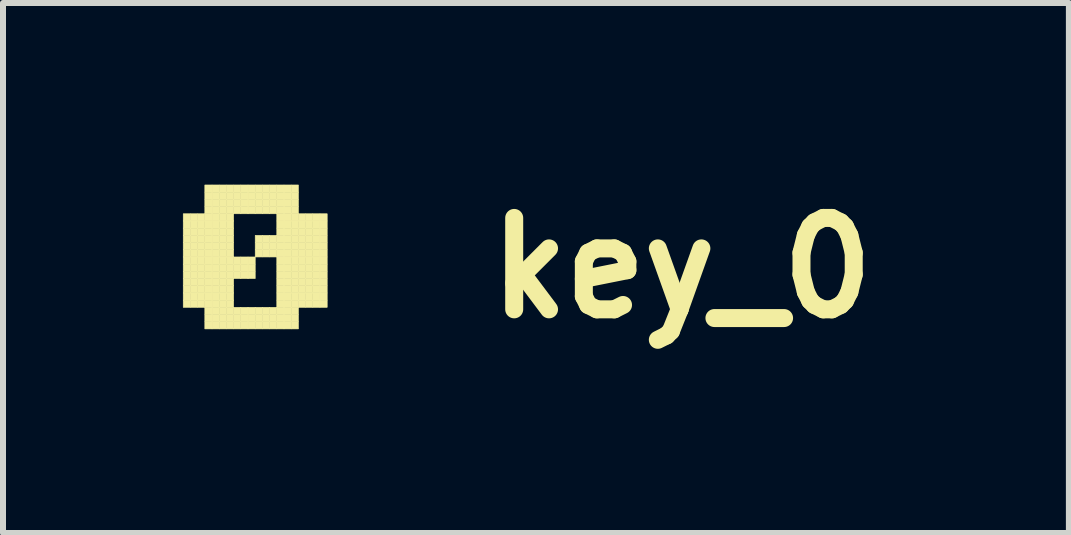
<source format=kicad_pcb>
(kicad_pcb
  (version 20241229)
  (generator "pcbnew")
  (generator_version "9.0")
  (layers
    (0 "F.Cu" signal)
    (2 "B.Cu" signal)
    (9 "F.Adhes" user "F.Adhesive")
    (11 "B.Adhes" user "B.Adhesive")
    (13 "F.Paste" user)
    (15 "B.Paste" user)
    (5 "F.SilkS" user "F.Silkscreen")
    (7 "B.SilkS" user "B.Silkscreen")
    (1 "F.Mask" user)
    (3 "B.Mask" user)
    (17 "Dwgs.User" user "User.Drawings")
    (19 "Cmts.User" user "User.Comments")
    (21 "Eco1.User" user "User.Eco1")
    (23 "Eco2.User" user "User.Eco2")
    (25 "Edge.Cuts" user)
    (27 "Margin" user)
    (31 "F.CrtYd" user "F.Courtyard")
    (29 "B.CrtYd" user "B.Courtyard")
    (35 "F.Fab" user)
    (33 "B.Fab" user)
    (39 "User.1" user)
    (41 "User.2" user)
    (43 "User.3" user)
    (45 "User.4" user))
  (footprint "key_0"
    (layer "F.Cu")
    (at 1.205 1.418)
    (property "Reference" "key_0" (at 7.112 0 0) (layer "F.SilkS") (effects (font (size 1.524 1.524) (thickness 0.3))))
    (attr through_hole)
    (fp_poly (pts (xy -1.2 -0.904) (xy -1.08 -0.904) (xy -1.08 -0.784) (xy -1.2 -0.784) (xy -1.2 -0.904)) (stroke (width 0.01) (type solid)) (fill yes) (layer "F.SilkS"))
    (fp_poly (pts (xy -1.2 -0.784) (xy -1.08 -0.784) (xy -1.08 -0.664) (xy -1.2 -0.664) (xy -1.2 -0.784)) (stroke (width 0.01) (type solid)) (fill yes) (layer "F.SilkS"))
    (fp_poly (pts (xy -1.2 -0.664) (xy -1.08 -0.664) (xy -1.08 -0.544) (xy -1.2 -0.544) (xy -1.2 -0.664)) (stroke (width 0.01) (type solid)) (fill yes) (layer "F.SilkS"))
    (fp_poly (pts (xy -1.2 -0.544) (xy -1.08 -0.544) (xy -1.08 -0.424) (xy -1.2 -0.424) (xy -1.2 -0.544)) (stroke (width 0.01) (type solid)) (fill yes) (layer "F.SilkS"))
    (fp_poly (pts (xy -1.2 -0.424) (xy -1.08 -0.424) (xy -1.08 -0.304) (xy -1.2 -0.304) (xy -1.2 -0.424)) (stroke (width 0.01) (type solid)) (fill yes) (layer "F.SilkS"))
    (fp_poly (pts (xy -1.2 -0.304) (xy -1.08 -0.304) (xy -1.08 -0.184) (xy -1.2 -0.184) (xy -1.2 -0.304)) (stroke (width 0.01) (type solid)) (fill yes) (layer "F.SilkS"))
    (fp_poly (pts (xy -1.2 -0.184) (xy -1.08 -0.184) (xy -1.08 -0.064) (xy -1.2 -0.064) (xy -1.2 -0.184)) (stroke (width 0.01) (type solid)) (fill yes) (layer "F.SilkS"))
    (fp_poly (pts (xy -1.2 -0.064) (xy -1.08 -0.064) (xy -1.08 0.056) (xy -1.2 0.056) (xy -1.2 -0.064)) (stroke (width 0.01) (type solid)) (fill yes) (layer "F.SilkS"))
    (fp_poly (pts (xy -1.2 0.056) (xy -1.08 0.056) (xy -1.08 0.176) (xy -1.2 0.176) (xy -1.2 0.056)) (stroke (width 0.01) (type solid)) (fill yes) (layer "F.SilkS"))
    (fp_poly (pts (xy -1.2 0.176) (xy -1.08 0.176) (xy -1.08 0.296) (xy -1.2 0.296) (xy -1.2 0.176)) (stroke (width 0.01) (type solid)) (fill yes) (layer "F.SilkS"))
    (fp_poly (pts (xy -1.2 0.296) (xy -1.08 0.296) (xy -1.08 0.416) (xy -1.2 0.416) (xy -1.2 0.296)) (stroke (width 0.01) (type solid)) (fill yes) (layer "F.SilkS"))
    (fp_poly (pts (xy -1.2 0.416) (xy -1.08 0.416) (xy -1.08 0.536) (xy -1.2 0.536) (xy -1.2 0.416)) (stroke (width 0.01) (type solid)) (fill yes) (layer "F.SilkS"))
    (fp_poly (pts (xy -1.2 0.536) (xy -1.08 0.536) (xy -1.08 0.656) (xy -1.2 0.656) (xy -1.2 0.536)) (stroke (width 0.01) (type solid)) (fill yes) (layer "F.SilkS"))
    (fp_poly (pts (xy -1.08 -0.904) (xy -0.96 -0.904) (xy -0.96 -0.784) (xy -1.08 -0.784) (xy -1.08 -0.904)) (stroke (width 0.01) (type solid)) (fill yes) (layer "F.SilkS"))
    (fp_poly (pts (xy -1.08 -0.784) (xy -0.96 -0.784) (xy -0.96 -0.664) (xy -1.08 -0.664) (xy -1.08 -0.784)) (stroke (width 0.01) (type solid)) (fill yes) (layer "F.SilkS"))
    (fp_poly (pts (xy -1.08 -0.664) (xy -0.96 -0.664) (xy -0.96 -0.544) (xy -1.08 -0.544) (xy -1.08 -0.664)) (stroke (width 0.01) (type solid)) (fill yes) (layer "F.SilkS"))
    (fp_poly (pts (xy -1.08 -0.544) (xy -0.96 -0.544) (xy -0.96 -0.424) (xy -1.08 -0.424) (xy -1.08 -0.544)) (stroke (width 0.01) (type solid)) (fill yes) (layer "F.SilkS"))
    (fp_poly (pts (xy -1.08 -0.424) (xy -0.96 -0.424) (xy -0.96 -0.304) (xy -1.08 -0.304) (xy -1.08 -0.424)) (stroke (width 0.01) (type solid)) (fill yes) (layer "F.SilkS"))
    (fp_poly (pts (xy -1.08 -0.304) (xy -0.96 -0.304) (xy -0.96 -0.184) (xy -1.08 -0.184) (xy -1.08 -0.304)) (stroke (width 0.01) (type solid)) (fill yes) (layer "F.SilkS"))
    (fp_poly (pts (xy -1.08 -0.184) (xy -0.96 -0.184) (xy -0.96 -0.064) (xy -1.08 -0.064) (xy -1.08 -0.184)) (stroke (width 0.01) (type solid)) (fill yes) (layer "F.SilkS"))
    (fp_poly (pts (xy -1.08 -0.064) (xy -0.96 -0.064) (xy -0.96 0.056) (xy -1.08 0.056) (xy -1.08 -0.064)) (stroke (width 0.01) (type solid)) (fill yes) (layer "F.SilkS"))
    (fp_poly (pts (xy -1.08 0.056) (xy -0.96 0.056) (xy -0.96 0.176) (xy -1.08 0.176) (xy -1.08 0.056)) (stroke (width 0.01) (type solid)) (fill yes) (layer "F.SilkS"))
    (fp_poly (pts (xy -1.08 0.176) (xy -0.96 0.176) (xy -0.96 0.296) (xy -1.08 0.296) (xy -1.08 0.176)) (stroke (width 0.01) (type solid)) (fill yes) (layer "F.SilkS"))
    (fp_poly (pts (xy -1.08 0.296) (xy -0.96 0.296) (xy -0.96 0.416) (xy -1.08 0.416) (xy -1.08 0.296)) (stroke (width 0.01) (type solid)) (fill yes) (layer "F.SilkS"))
    (fp_poly (pts (xy -1.08 0.416) (xy -0.96 0.416) (xy -0.96 0.536) (xy -1.08 0.536) (xy -1.08 0.416)) (stroke (width 0.01) (type solid)) (fill yes) (layer "F.SilkS"))
    (fp_poly (pts (xy -1.08 0.536) (xy -0.96 0.536) (xy -0.96 0.656) (xy -1.08 0.656) (xy -1.08 0.536)) (stroke (width 0.01) (type solid)) (fill yes) (layer "F.SilkS"))
    (fp_poly (pts (xy -0.96 -0.904) (xy -0.84 -0.904) (xy -0.84 -0.784) (xy -0.96 -0.784) (xy -0.96 -0.904)) (stroke (width 0.01) (type solid)) (fill yes) (layer "F.SilkS"))
    (fp_poly (pts (xy -0.96 -0.784) (xy -0.84 -0.784) (xy -0.84 -0.664) (xy -0.96 -0.664) (xy -0.96 -0.784)) (stroke (width 0.01) (type solid)) (fill yes) (layer "F.SilkS"))
    (fp_poly (pts (xy -0.96 -0.664) (xy -0.84 -0.664) (xy -0.84 -0.544) (xy -0.96 -0.544) (xy -0.96 -0.664)) (stroke (width 0.01) (type solid)) (fill yes) (layer "F.SilkS"))
    (fp_poly (pts (xy -0.96 -0.544) (xy -0.84 -0.544) (xy -0.84 -0.424) (xy -0.96 -0.424) (xy -0.96 -0.544)) (stroke (width 0.01) (type solid)) (fill yes) (layer "F.SilkS"))
    (fp_poly (pts (xy -0.96 -0.424) (xy -0.84 -0.424) (xy -0.84 -0.304) (xy -0.96 -0.304) (xy -0.96 -0.424)) (stroke (width 0.01) (type solid)) (fill yes) (layer "F.SilkS"))
    (fp_poly (pts (xy -0.96 -0.304) (xy -0.84 -0.304) (xy -0.84 -0.184) (xy -0.96 -0.184) (xy -0.96 -0.304)) (stroke (width 0.01) (type solid)) (fill yes) (layer "F.SilkS"))
    (fp_poly (pts (xy -0.96 -0.184) (xy -0.84 -0.184) (xy -0.84 -0.064) (xy -0.96 -0.064) (xy -0.96 -0.184)) (stroke (width 0.01) (type solid)) (fill yes) (layer "F.SilkS"))
    (fp_poly (pts (xy -0.96 -0.064) (xy -0.84 -0.064) (xy -0.84 0.056) (xy -0.96 0.056) (xy -0.96 -0.064)) (stroke (width 0.01) (type solid)) (fill yes) (layer "F.SilkS"))
    (fp_poly (pts (xy -0.96 0.056) (xy -0.84 0.056) (xy -0.84 0.176) (xy -0.96 0.176) (xy -0.96 0.056)) (stroke (width 0.01) (type solid)) (fill yes) (layer "F.SilkS"))
    (fp_poly (pts (xy -0.96 0.176) (xy -0.84 0.176) (xy -0.84 0.296) (xy -0.96 0.296) (xy -0.96 0.176)) (stroke (width 0.01) (type solid)) (fill yes) (layer "F.SilkS"))
    (fp_poly (pts (xy -0.96 0.296) (xy -0.84 0.296) (xy -0.84 0.416) (xy -0.96 0.416) (xy -0.96 0.296)) (stroke (width 0.01) (type solid)) (fill yes) (layer "F.SilkS"))
    (fp_poly (pts (xy -0.96 0.416) (xy -0.84 0.416) (xy -0.84 0.536) (xy -0.96 0.536) (xy -0.96 0.416)) (stroke (width 0.01) (type solid)) (fill yes) (layer "F.SilkS"))
    (fp_poly (pts (xy -0.96 0.536) (xy -0.84 0.536) (xy -0.84 0.656) (xy -0.96 0.656) (xy -0.96 0.536)) (stroke (width 0.01) (type solid)) (fill yes) (layer "F.SilkS"))
    (fp_poly (pts (xy -0.84 -1.384) (xy -0.72 -1.384) (xy -0.72 -1.264) (xy -0.84 -1.264) (xy -0.84 -1.384)) (stroke (width 0.01) (type solid)) (fill yes) (layer "F.SilkS"))
    (fp_poly (pts (xy -0.84 -1.264) (xy -0.72 -1.264) (xy -0.72 -1.144) (xy -0.84 -1.144) (xy -0.84 -1.264)) (stroke (width 0.01) (type solid)) (fill yes) (layer "F.SilkS"))
    (fp_poly (pts (xy -0.84 -1.144) (xy -0.72 -1.144) (xy -0.72 -1.024) (xy -0.84 -1.024) (xy -0.84 -1.144)) (stroke (width 0.01) (type solid)) (fill yes) (layer "F.SilkS"))
    (fp_poly (pts (xy -0.84 -1.024) (xy -0.72 -1.024) (xy -0.72 -0.904) (xy -0.84 -0.904) (xy -0.84 -1.024)) (stroke (width 0.01) (type solid)) (fill yes) (layer "F.SilkS"))
    (fp_poly (pts (xy -0.84 -0.904) (xy -0.72 -0.904) (xy -0.72 -0.784) (xy -0.84 -0.784) (xy -0.84 -0.904)) (stroke (width 0.01) (type solid)) (fill yes) (layer "F.SilkS"))
    (fp_poly (pts (xy -0.84 -0.784) (xy -0.72 -0.784) (xy -0.72 -0.664) (xy -0.84 -0.664) (xy -0.84 -0.784)) (stroke (width 0.01) (type solid)) (fill yes) (layer "F.SilkS"))
    (fp_poly (pts (xy -0.84 -0.664) (xy -0.72 -0.664) (xy -0.72 -0.544) (xy -0.84 -0.544) (xy -0.84 -0.664)) (stroke (width 0.01) (type solid)) (fill yes) (layer "F.SilkS"))
    (fp_poly (pts (xy -0.84 -0.544) (xy -0.72 -0.544) (xy -0.72 -0.424) (xy -0.84 -0.424) (xy -0.84 -0.544)) (stroke (width 0.01) (type solid)) (fill yes) (layer "F.SilkS"))
    (fp_poly (pts (xy -0.84 -0.424) (xy -0.72 -0.424) (xy -0.72 -0.304) (xy -0.84 -0.304) (xy -0.84 -0.424)) (stroke (width 0.01) (type solid)) (fill yes) (layer "F.SilkS"))
    (fp_poly (pts (xy -0.84 -0.304) (xy -0.72 -0.304) (xy -0.72 -0.184) (xy -0.84 -0.184) (xy -0.84 -0.304)) (stroke (width 0.01) (type solid)) (fill yes) (layer "F.SilkS"))
    (fp_poly (pts (xy -0.84 -0.184) (xy -0.72 -0.184) (xy -0.72 -0.064) (xy -0.84 -0.064) (xy -0.84 -0.184)) (stroke (width 0.01) (type solid)) (fill yes) (layer "F.SilkS"))
    (fp_poly (pts (xy -0.84 -0.064) (xy -0.72 -0.064) (xy -0.72 0.056) (xy -0.84 0.056) (xy -0.84 -0.064)) (stroke (width 0.01) (type solid)) (fill yes) (layer "F.SilkS"))
    (fp_poly (pts (xy -0.84 0.056) (xy -0.72 0.056) (xy -0.72 0.176) (xy -0.84 0.176) (xy -0.84 0.056)) (stroke (width 0.01) (type solid)) (fill yes) (layer "F.SilkS"))
    (fp_poly (pts (xy -0.84 0.176) (xy -0.72 0.176) (xy -0.72 0.296) (xy -0.84 0.296) (xy -0.84 0.176)) (stroke (width 0.01) (type solid)) (fill yes) (layer "F.SilkS"))
    (fp_poly (pts (xy -0.84 0.296) (xy -0.72 0.296) (xy -0.72 0.416) (xy -0.84 0.416) (xy -0.84 0.296)) (stroke (width 0.01) (type solid)) (fill yes) (layer "F.SilkS"))
    (fp_poly (pts (xy -0.84 0.416) (xy -0.72 0.416) (xy -0.72 0.536) (xy -0.84 0.536) (xy -0.84 0.416)) (stroke (width 0.01) (type solid)) (fill yes) (layer "F.SilkS"))
    (fp_poly (pts (xy -0.84 0.536) (xy -0.72 0.536) (xy -0.72 0.656) (xy -0.84 0.656) (xy -0.84 0.536)) (stroke (width 0.01) (type solid)) (fill yes) (layer "F.SilkS"))
    (fp_poly (pts (xy -0.84 0.656) (xy -0.72 0.656) (xy -0.72 0.776) (xy -0.84 0.776) (xy -0.84 0.656)) (stroke (width 0.01) (type solid)) (fill yes) (layer "F.SilkS"))
    (fp_poly (pts (xy -0.84 0.776) (xy -0.72 0.776) (xy -0.72 0.896) (xy -0.84 0.896) (xy -0.84 0.776)) (stroke (width 0.01) (type solid)) (fill yes) (layer "F.SilkS"))
    (fp_poly (pts (xy -0.84 0.896) (xy -0.72 0.896) (xy -0.72 1.016) (xy -0.84 1.016) (xy -0.84 0.896)) (stroke (width 0.01) (type solid)) (fill yes) (layer "F.SilkS"))
    (fp_poly (pts (xy -0.72 -1.384) (xy -0.6 -1.384) (xy -0.6 -1.264) (xy -0.72 -1.264) (xy -0.72 -1.384)) (stroke (width 0.01) (type solid)) (fill yes) (layer "F.SilkS"))
    (fp_poly (pts (xy -0.72 -1.264) (xy -0.6 -1.264) (xy -0.6 -1.144) (xy -0.72 -1.144) (xy -0.72 -1.264)) (stroke (width 0.01) (type solid)) (fill yes) (layer "F.SilkS"))
    (fp_poly (pts (xy -0.72 -1.144) (xy -0.6 -1.144) (xy -0.6 -1.024) (xy -0.72 -1.024) (xy -0.72 -1.144)) (stroke (width 0.01) (type solid)) (fill yes) (layer "F.SilkS"))
    (fp_poly (pts (xy -0.72 -1.024) (xy -0.6 -1.024) (xy -0.6 -0.904) (xy -0.72 -0.904) (xy -0.72 -1.024)) (stroke (width 0.01) (type solid)) (fill yes) (layer "F.SilkS"))
    (fp_poly (pts (xy -0.72 -0.904) (xy -0.6 -0.904) (xy -0.6 -0.784) (xy -0.72 -0.784) (xy -0.72 -0.904)) (stroke (width 0.01) (type solid)) (fill yes) (layer "F.SilkS"))
    (fp_poly (pts (xy -0.72 -0.784) (xy -0.6 -0.784) (xy -0.6 -0.664) (xy -0.72 -0.664) (xy -0.72 -0.784)) (stroke (width 0.01) (type solid)) (fill yes) (layer "F.SilkS"))
    (fp_poly (pts (xy -0.72 -0.664) (xy -0.6 -0.664) (xy -0.6 -0.544) (xy -0.72 -0.544) (xy -0.72 -0.664)) (stroke (width 0.01) (type solid)) (fill yes) (layer "F.SilkS"))
    (fp_poly (pts (xy -0.72 -0.544) (xy -0.6 -0.544) (xy -0.6 -0.424) (xy -0.72 -0.424) (xy -0.72 -0.544)) (stroke (width 0.01) (type solid)) (fill yes) (layer "F.SilkS"))
    (fp_poly (pts (xy -0.72 -0.424) (xy -0.6 -0.424) (xy -0.6 -0.304) (xy -0.72 -0.304) (xy -0.72 -0.424)) (stroke (width 0.01) (type solid)) (fill yes) (layer "F.SilkS"))
    (fp_poly (pts (xy -0.72 -0.304) (xy -0.6 -0.304) (xy -0.6 -0.184) (xy -0.72 -0.184) (xy -0.72 -0.304)) (stroke (width 0.01) (type solid)) (fill yes) (layer "F.SilkS"))
    (fp_poly (pts (xy -0.72 -0.184) (xy -0.6 -0.184) (xy -0.6 -0.064) (xy -0.72 -0.064) (xy -0.72 -0.184)) (stroke (width 0.01) (type solid)) (fill yes) (layer "F.SilkS"))
    (fp_poly (pts (xy -0.72 -0.064) (xy -0.6 -0.064) (xy -0.6 0.056) (xy -0.72 0.056) (xy -0.72 -0.064)) (stroke (width 0.01) (type solid)) (fill yes) (layer "F.SilkS"))
    (fp_poly (pts (xy -0.72 0.056) (xy -0.6 0.056) (xy -0.6 0.176) (xy -0.72 0.176) (xy -0.72 0.056)) (stroke (width 0.01) (type solid)) (fill yes) (layer "F.SilkS"))
    (fp_poly (pts (xy -0.72 0.176) (xy -0.6 0.176) (xy -0.6 0.296) (xy -0.72 0.296) (xy -0.72 0.176)) (stroke (width 0.01) (type solid)) (fill yes) (layer "F.SilkS"))
    (fp_poly (pts (xy -0.72 0.296) (xy -0.6 0.296) (xy -0.6 0.416) (xy -0.72 0.416) (xy -0.72 0.296)) (stroke (width 0.01) (type solid)) (fill yes) (layer "F.SilkS"))
    (fp_poly (pts (xy -0.72 0.416) (xy -0.6 0.416) (xy -0.6 0.536) (xy -0.72 0.536) (xy -0.72 0.416)) (stroke (width 0.01) (type solid)) (fill yes) (layer "F.SilkS"))
    (fp_poly (pts (xy -0.72 0.536) (xy -0.6 0.536) (xy -0.6 0.656) (xy -0.72 0.656) (xy -0.72 0.536)) (stroke (width 0.01) (type solid)) (fill yes) (layer "F.SilkS"))
    (fp_poly (pts (xy -0.72 0.656) (xy -0.6 0.656) (xy -0.6 0.776) (xy -0.72 0.776) (xy -0.72 0.656)) (stroke (width 0.01) (type solid)) (fill yes) (layer "F.SilkS"))
    (fp_poly (pts (xy -0.72 0.776) (xy -0.6 0.776) (xy -0.6 0.896) (xy -0.72 0.896) (xy -0.72 0.776)) (stroke (width 0.01) (type solid)) (fill yes) (layer "F.SilkS"))
    (fp_poly (pts (xy -0.72 0.896) (xy -0.6 0.896) (xy -0.6 1.016) (xy -0.72 1.016) (xy -0.72 0.896)) (stroke (width 0.01) (type solid)) (fill yes) (layer "F.SilkS"))
    (fp_poly (pts (xy -0.6 -1.384) (xy -0.48 -1.384) (xy -0.48 -1.264) (xy -0.6 -1.264) (xy -0.6 -1.384)) (stroke (width 0.01) (type solid)) (fill yes) (layer "F.SilkS"))
    (fp_poly (pts (xy -0.6 -1.264) (xy -0.48 -1.264) (xy -0.48 -1.144) (xy -0.6 -1.144) (xy -0.6 -1.264)) (stroke (width 0.01) (type solid)) (fill yes) (layer "F.SilkS"))
    (fp_poly (pts (xy -0.6 -1.144) (xy -0.48 -1.144) (xy -0.48 -1.024) (xy -0.6 -1.024) (xy -0.6 -1.144)) (stroke (width 0.01) (type solid)) (fill yes) (layer "F.SilkS"))
    (fp_poly (pts (xy -0.6 -1.024) (xy -0.48 -1.024) (xy -0.48 -0.904) (xy -0.6 -0.904) (xy -0.6 -1.024)) (stroke (width 0.01) (type solid)) (fill yes) (layer "F.SilkS"))
    (fp_poly (pts (xy -0.6 -0.904) (xy -0.48 -0.904) (xy -0.48 -0.784) (xy -0.6 -0.784) (xy -0.6 -0.904)) (stroke (width 0.01) (type solid)) (fill yes) (layer "F.SilkS"))
    (fp_poly (pts (xy -0.6 -0.784) (xy -0.48 -0.784) (xy -0.48 -0.664) (xy -0.6 -0.664) (xy -0.6 -0.784)) (stroke (width 0.01) (type solid)) (fill yes) (layer "F.SilkS"))
    (fp_poly (pts (xy -0.6 -0.664) (xy -0.48 -0.664) (xy -0.48 -0.544) (xy -0.6 -0.544) (xy -0.6 -0.664)) (stroke (width 0.01) (type solid)) (fill yes) (layer "F.SilkS"))
    (fp_poly (pts (xy -0.6 -0.544) (xy -0.48 -0.544) (xy -0.48 -0.424) (xy -0.6 -0.424) (xy -0.6 -0.544)) (stroke (width 0.01) (type solid)) (fill yes) (layer "F.SilkS"))
    (fp_poly (pts (xy -0.6 -0.424) (xy -0.48 -0.424) (xy -0.48 -0.304) (xy -0.6 -0.304) (xy -0.6 -0.424)) (stroke (width 0.01) (type solid)) (fill yes) (layer "F.SilkS"))
    (fp_poly (pts (xy -0.6 -0.304) (xy -0.48 -0.304) (xy -0.48 -0.184) (xy -0.6 -0.184) (xy -0.6 -0.304)) (stroke (width 0.01) (type solid)) (fill yes) (layer "F.SilkS"))
    (fp_poly (pts (xy -0.6 -0.184) (xy -0.48 -0.184) (xy -0.48 -0.064) (xy -0.6 -0.064) (xy -0.6 -0.184)) (stroke (width 0.01) (type solid)) (fill yes) (layer "F.SilkS"))
    (fp_poly (pts (xy -0.6 -0.064) (xy -0.48 -0.064) (xy -0.48 0.056) (xy -0.6 0.056) (xy -0.6 -0.064)) (stroke (width 0.01) (type solid)) (fill yes) (layer "F.SilkS"))
    (fp_poly (pts (xy -0.6 0.056) (xy -0.48 0.056) (xy -0.48 0.176) (xy -0.6 0.176) (xy -0.6 0.056)) (stroke (width 0.01) (type solid)) (fill yes) (layer "F.SilkS"))
    (fp_poly (pts (xy -0.6 0.176) (xy -0.48 0.176) (xy -0.48 0.296) (xy -0.6 0.296) (xy -0.6 0.176)) (stroke (width 0.01) (type solid)) (fill yes) (layer "F.SilkS"))
    (fp_poly (pts (xy -0.6 0.296) (xy -0.48 0.296) (xy -0.48 0.416) (xy -0.6 0.416) (xy -0.6 0.296)) (stroke (width 0.01) (type solid)) (fill yes) (layer "F.SilkS"))
    (fp_poly (pts (xy -0.6 0.416) (xy -0.48 0.416) (xy -0.48 0.536) (xy -0.6 0.536) (xy -0.6 0.416)) (stroke (width 0.01) (type solid)) (fill yes) (layer "F.SilkS"))
    (fp_poly (pts (xy -0.6 0.536) (xy -0.48 0.536) (xy -0.48 0.656) (xy -0.6 0.656) (xy -0.6 0.536)) (stroke (width 0.01) (type solid)) (fill yes) (layer "F.SilkS"))
    (fp_poly (pts (xy -0.6 0.656) (xy -0.48 0.656) (xy -0.48 0.776) (xy -0.6 0.776) (xy -0.6 0.656)) (stroke (width 0.01) (type solid)) (fill yes) (layer "F.SilkS"))
    (fp_poly (pts (xy -0.6 0.776) (xy -0.48 0.776) (xy -0.48 0.896) (xy -0.6 0.896) (xy -0.6 0.776)) (stroke (width 0.01) (type solid)) (fill yes) (layer "F.SilkS"))
    (fp_poly (pts (xy -0.6 0.896) (xy -0.48 0.896) (xy -0.48 1.016) (xy -0.6 1.016) (xy -0.6 0.896)) (stroke (width 0.01) (type solid)) (fill yes) (layer "F.SilkS"))
    (fp_poly (pts (xy -0.48 -1.384) (xy -0.36 -1.384) (xy -0.36 -1.264) (xy -0.48 -1.264) (xy -0.48 -1.384)) (stroke (width 0.01) (type solid)) (fill yes) (layer "F.SilkS"))
    (fp_poly (pts (xy -0.48 -1.264) (xy -0.36 -1.264) (xy -0.36 -1.144) (xy -0.48 -1.144) (xy -0.48 -1.264)) (stroke (width 0.01) (type solid)) (fill yes) (layer "F.SilkS"))
    (fp_poly (pts (xy -0.48 -1.144) (xy -0.36 -1.144) (xy -0.36 -1.024) (xy -0.48 -1.024) (xy -0.48 -1.144)) (stroke (width 0.01) (type solid)) (fill yes) (layer "F.SilkS"))
    (fp_poly (pts (xy -0.48 -1.024) (xy -0.36 -1.024) (xy -0.36 -0.904) (xy -0.48 -0.904) (xy -0.48 -1.024)) (stroke (width 0.01) (type solid)) (fill yes) (layer "F.SilkS"))
    (fp_poly (pts (xy -0.48 -0.904) (xy -0.36 -0.904) (xy -0.36 -0.784) (xy -0.48 -0.784) (xy -0.48 -0.904)) (stroke (width 0.01) (type solid)) (fill yes) (layer "F.SilkS"))
    (fp_poly (pts (xy -0.48 -0.784) (xy -0.36 -0.784) (xy -0.36 -0.664) (xy -0.48 -0.664) (xy -0.48 -0.784)) (stroke (width 0.01) (type solid)) (fill yes) (layer "F.SilkS"))
    (fp_poly (pts (xy -0.48 -0.664) (xy -0.36 -0.664) (xy -0.36 -0.544) (xy -0.48 -0.544) (xy -0.48 -0.664)) (stroke (width 0.01) (type solid)) (fill yes) (layer "F.SilkS"))
    (fp_poly (pts (xy -0.48 -0.544) (xy -0.36 -0.544) (xy -0.36 -0.424) (xy -0.48 -0.424) (xy -0.48 -0.544)) (stroke (width 0.01) (type solid)) (fill yes) (layer "F.SilkS"))
    (fp_poly (pts (xy -0.48 -0.424) (xy -0.36 -0.424) (xy -0.36 -0.304) (xy -0.48 -0.304) (xy -0.48 -0.424)) (stroke (width 0.01) (type solid)) (fill yes) (layer "F.SilkS"))
    (fp_poly (pts (xy -0.48 -0.304) (xy -0.36 -0.304) (xy -0.36 -0.184) (xy -0.48 -0.184) (xy -0.48 -0.304)) (stroke (width 0.01) (type solid)) (fill yes) (layer "F.SilkS"))
    (fp_poly (pts (xy -0.48 -0.184) (xy -0.36 -0.184) (xy -0.36 -0.064) (xy -0.48 -0.064) (xy -0.48 -0.184)) (stroke (width 0.01) (type solid)) (fill yes) (layer "F.SilkS"))
    (fp_poly (pts (xy -0.48 -0.064) (xy -0.36 -0.064) (xy -0.36 0.056) (xy -0.48 0.056) (xy -0.48 -0.064)) (stroke (width 0.01) (type solid)) (fill yes) (layer "F.SilkS"))
    (fp_poly (pts (xy -0.48 0.056) (xy -0.36 0.056) (xy -0.36 0.176) (xy -0.48 0.176) (xy -0.48 0.056)) (stroke (width 0.01) (type solid)) (fill yes) (layer "F.SilkS"))
    (fp_poly (pts (xy -0.48 0.176) (xy -0.36 0.176) (xy -0.36 0.296) (xy -0.48 0.296) (xy -0.48 0.176)) (stroke (width 0.01) (type solid)) (fill yes) (layer "F.SilkS"))
    (fp_poly (pts (xy -0.48 0.296) (xy -0.36 0.296) (xy -0.36 0.416) (xy -0.48 0.416) (xy -0.48 0.296)) (stroke (width 0.01) (type solid)) (fill yes) (layer "F.SilkS"))
    (fp_poly (pts (xy -0.48 0.416) (xy -0.36 0.416) (xy -0.36 0.536) (xy -0.48 0.536) (xy -0.48 0.416)) (stroke (width 0.01) (type solid)) (fill yes) (layer "F.SilkS"))
    (fp_poly (pts (xy -0.48 0.536) (xy -0.36 0.536) (xy -0.36 0.656) (xy -0.48 0.656) (xy -0.48 0.536)) (stroke (width 0.01) (type solid)) (fill yes) (layer "F.SilkS"))
    (fp_poly (pts (xy -0.48 0.656) (xy -0.36 0.656) (xy -0.36 0.776) (xy -0.48 0.776) (xy -0.48 0.656)) (stroke (width 0.01) (type solid)) (fill yes) (layer "F.SilkS"))
    (fp_poly (pts (xy -0.48 0.776) (xy -0.36 0.776) (xy -0.36 0.896) (xy -0.48 0.896) (xy -0.48 0.776)) (stroke (width 0.01) (type solid)) (fill yes) (layer "F.SilkS"))
    (fp_poly (pts (xy -0.48 0.896) (xy -0.36 0.896) (xy -0.36 1.016) (xy -0.48 1.016) (xy -0.48 0.896)) (stroke (width 0.01) (type solid)) (fill yes) (layer "F.SilkS"))
    (fp_poly (pts (xy -0.36 -1.384) (xy -0.24 -1.384) (xy -0.24 -1.264) (xy -0.36 -1.264) (xy -0.36 -1.384)) (stroke (width 0.01) (type solid)) (fill yes) (layer "F.SilkS"))
    (fp_poly (pts (xy -0.36 -1.264) (xy -0.24 -1.264) (xy -0.24 -1.144) (xy -0.36 -1.144) (xy -0.36 -1.264)) (stroke (width 0.01) (type solid)) (fill yes) (layer "F.SilkS"))
    (fp_poly (pts (xy -0.36 -1.144) (xy -0.24 -1.144) (xy -0.24 -1.024) (xy -0.36 -1.024) (xy -0.36 -1.144)) (stroke (width 0.01) (type solid)) (fill yes) (layer "F.SilkS"))
    (fp_poly (pts (xy -0.36 -1.024) (xy -0.24 -1.024) (xy -0.24 -0.904) (xy -0.36 -0.904) (xy -0.36 -1.024)) (stroke (width 0.01) (type solid)) (fill yes) (layer "F.SilkS"))
    (fp_poly (pts (xy -0.36 -0.184) (xy -0.24 -0.184) (xy -0.24 -0.064) (xy -0.36 -0.064) (xy -0.36 -0.184)) (stroke (width 0.01) (type solid)) (fill yes) (layer "F.SilkS"))
    (fp_poly (pts (xy -0.36 -0.064) (xy -0.24 -0.064) (xy -0.24 0.056) (xy -0.36 0.056) (xy -0.36 -0.064)) (stroke (width 0.01) (type solid)) (fill yes) (layer "F.SilkS"))
    (fp_poly (pts (xy -0.36 0.056) (xy -0.24 0.056) (xy -0.24 0.176) (xy -0.36 0.176) (xy -0.36 0.056)) (stroke (width 0.01) (type solid)) (fill yes) (layer "F.SilkS"))
    (fp_poly (pts (xy -0.36 0.656) (xy -0.24 0.656) (xy -0.24 0.776) (xy -0.36 0.776) (xy -0.36 0.656)) (stroke (width 0.01) (type solid)) (fill yes) (layer "F.SilkS"))
    (fp_poly (pts (xy -0.36 0.776) (xy -0.24 0.776) (xy -0.24 0.896) (xy -0.36 0.896) (xy -0.36 0.776)) (stroke (width 0.01) (type solid)) (fill yes) (layer "F.SilkS"))
    (fp_poly (pts (xy -0.36 0.896) (xy -0.24 0.896) (xy -0.24 1.016) (xy -0.36 1.016) (xy -0.36 0.896)) (stroke (width 0.01) (type solid)) (fill yes) (layer "F.SilkS"))
    (fp_poly (pts (xy -0.24 -1.384) (xy -0.12 -1.384) (xy -0.12 -1.264) (xy -0.24 -1.264) (xy -0.24 -1.384)) (stroke (width 0.01) (type solid)) (fill yes) (layer "F.SilkS"))
    (fp_poly (pts (xy -0.24 -1.264) (xy -0.12 -1.264) (xy -0.12 -1.144) (xy -0.24 -1.144) (xy -0.24 -1.264)) (stroke (width 0.01) (type solid)) (fill yes) (layer "F.SilkS"))
    (fp_poly (pts (xy -0.24 -1.144) (xy -0.12 -1.144) (xy -0.12 -1.024) (xy -0.24 -1.024) (xy -0.24 -1.144)) (stroke (width 0.01) (type solid)) (fill yes) (layer "F.SilkS"))
    (fp_poly (pts (xy -0.24 -1.024) (xy -0.12 -1.024) (xy -0.12 -0.904) (xy -0.24 -0.904) (xy -0.24 -1.024)) (stroke (width 0.01) (type solid)) (fill yes) (layer "F.SilkS"))
    (fp_poly (pts (xy -0.24 -0.184) (xy -0.12 -0.184) (xy -0.12 -0.064) (xy -0.24 -0.064) (xy -0.24 -0.184)) (stroke (width 0.01) (type solid)) (fill yes) (layer "F.SilkS"))
    (fp_poly (pts (xy -0.24 -0.064) (xy -0.12 -0.064) (xy -0.12 0.056) (xy -0.24 0.056) (xy -0.24 -0.064)) (stroke (width 0.01) (type solid)) (fill yes) (layer "F.SilkS"))
    (fp_poly (pts (xy -0.24 0.056) (xy -0.12 0.056) (xy -0.12 0.176) (xy -0.24 0.176) (xy -0.24 0.056)) (stroke (width 0.01) (type solid)) (fill yes) (layer "F.SilkS"))
    (fp_poly (pts (xy -0.24 0.656) (xy -0.12 0.656) (xy -0.12 0.776) (xy -0.24 0.776) (xy -0.24 0.656)) (stroke (width 0.01) (type solid)) (fill yes) (layer "F.SilkS"))
    (fp_poly (pts (xy -0.24 0.776) (xy -0.12 0.776) (xy -0.12 0.896) (xy -0.24 0.896) (xy -0.24 0.776)) (stroke (width 0.01) (type solid)) (fill yes) (layer "F.SilkS"))
    (fp_poly (pts (xy -0.24 0.896) (xy -0.12 0.896) (xy -0.12 1.016) (xy -0.24 1.016) (xy -0.24 0.896)) (stroke (width 0.01) (type solid)) (fill yes) (layer "F.SilkS"))
    (fp_poly (pts (xy -0.12 -1.384) (xy 0 -1.384) (xy 0 -1.264) (xy -0.12 -1.264) (xy -0.12 -1.384)) (stroke (width 0.01) (type solid)) (fill yes) (layer "F.SilkS"))
    (fp_poly (pts (xy -0.12 -1.264) (xy 0 -1.264) (xy 0 -1.144) (xy -0.12 -1.144) (xy -0.12 -1.264)) (stroke (width 0.01) (type solid)) (fill yes) (layer "F.SilkS"))
    (fp_poly (pts (xy -0.12 -1.144) (xy 0 -1.144) (xy 0 -1.024) (xy -0.12 -1.024) (xy -0.12 -1.144)) (stroke (width 0.01) (type solid)) (fill yes) (layer "F.SilkS"))
    (fp_poly (pts (xy -0.12 -1.024) (xy 0 -1.024) (xy 0 -0.904) (xy -0.12 -0.904) (xy -0.12 -1.024)) (stroke (width 0.01) (type solid)) (fill yes) (layer "F.SilkS"))
    (fp_poly (pts (xy -0.12 -0.184) (xy 0 -0.184) (xy 0 -0.064) (xy -0.12 -0.064) (xy -0.12 -0.184)) (stroke (width 0.01) (type solid)) (fill yes) (layer "F.SilkS"))
    (fp_poly (pts (xy -0.12 -0.064) (xy 0 -0.064) (xy 0 0.056) (xy -0.12 0.056) (xy -0.12 -0.064)) (stroke (width 0.01) (type solid)) (fill yes) (layer "F.SilkS"))
    (fp_poly (pts (xy -0.12 0.056) (xy 0 0.056) (xy 0 0.176) (xy -0.12 0.176) (xy -0.12 0.056)) (stroke (width 0.01) (type solid)) (fill yes) (layer "F.SilkS"))
    (fp_poly (pts (xy -0.12 0.656) (xy 0 0.656) (xy 0 0.776) (xy -0.12 0.776) (xy -0.12 0.656)) (stroke (width 0.01) (type solid)) (fill yes) (layer "F.SilkS"))
    (fp_poly (pts (xy -0.12 0.776) (xy 0 0.776) (xy 0 0.896) (xy -0.12 0.896) (xy -0.12 0.776)) (stroke (width 0.01) (type solid)) (fill yes) (layer "F.SilkS"))
    (fp_poly (pts (xy -0.12 0.896) (xy 0 0.896) (xy 0 1.016) (xy -0.12 1.016) (xy -0.12 0.896)) (stroke (width 0.01) (type solid)) (fill yes) (layer "F.SilkS"))
    (fp_poly (pts (xy 0 -1.384) (xy 0.12 -1.384) (xy 0.12 -1.264) (xy 0 -1.264) (xy 0 -1.384)) (stroke (width 0.01) (type solid)) (fill yes) (layer "F.SilkS"))
    (fp_poly (pts (xy 0 -1.264) (xy 0.12 -1.264) (xy 0.12 -1.144) (xy 0 -1.144) (xy 0 -1.264)) (stroke (width 0.01) (type solid)) (fill yes) (layer "F.SilkS"))
    (fp_poly (pts (xy 0 -1.144) (xy 0.12 -1.144) (xy 0.12 -1.024) (xy 0 -1.024) (xy 0 -1.144)) (stroke (width 0.01) (type solid)) (fill yes) (layer "F.SilkS"))
    (fp_poly (pts (xy 0 -1.024) (xy 0.12 -1.024) (xy 0.12 -0.904) (xy 0 -0.904) (xy 0 -1.024)) (stroke (width 0.01) (type solid)) (fill yes) (layer "F.SilkS"))
    (fp_poly (pts (xy 0 -0.544) (xy 0.12 -0.544) (xy 0.12 -0.424) (xy 0 -0.424) (xy 0 -0.544)) (stroke (width 0.01) (type solid)) (fill yes) (layer "F.SilkS"))
    (fp_poly (pts (xy 0 -0.424) (xy 0.12 -0.424) (xy 0.12 -0.304) (xy 0 -0.304) (xy 0 -0.424)) (stroke (width 0.01) (type solid)) (fill yes) (layer "F.SilkS"))
    (fp_poly (pts (xy 0 -0.304) (xy 0.12 -0.304) (xy 0.12 -0.184) (xy 0 -0.184) (xy 0 -0.304)) (stroke (width 0.01) (type solid)) (fill yes) (layer "F.SilkS"))
    (fp_poly (pts (xy 0 0.656) (xy 0.12 0.656) (xy 0.12 0.776) (xy 0 0.776) (xy 0 0.656)) (stroke (width 0.01) (type solid)) (fill yes) (layer "F.SilkS"))
    (fp_poly (pts (xy 0 0.776) (xy 0.12 0.776) (xy 0.12 0.896) (xy 0 0.896) (xy 0 0.776)) (stroke (width 0.01) (type solid)) (fill yes) (layer "F.SilkS"))
    (fp_poly (pts (xy 0 0.896) (xy 0.12 0.896) (xy 0.12 1.016) (xy 0 1.016) (xy 0 0.896)) (stroke (width 0.01) (type solid)) (fill yes) (layer "F.SilkS"))
    (fp_poly (pts (xy 0.12 -1.384) (xy 0.24 -1.384) (xy 0.24 -1.264) (xy 0.12 -1.264) (xy 0.12 -1.384)) (stroke (width 0.01) (type solid)) (fill yes) (layer "F.SilkS"))
    (fp_poly (pts (xy 0.12 -1.264) (xy 0.24 -1.264) (xy 0.24 -1.144) (xy 0.12 -1.144) (xy 0.12 -1.264)) (stroke (width 0.01) (type solid)) (fill yes) (layer "F.SilkS"))
    (fp_poly (pts (xy 0.12 -1.144) (xy 0.24 -1.144) (xy 0.24 -1.024) (xy 0.12 -1.024) (xy 0.12 -1.144)) (stroke (width 0.01) (type solid)) (fill yes) (layer "F.SilkS"))
    (fp_poly (pts (xy 0.12 -1.024) (xy 0.24 -1.024) (xy 0.24 -0.904) (xy 0.12 -0.904) (xy 0.12 -1.024)) (stroke (width 0.01) (type solid)) (fill yes) (layer "F.SilkS"))
    (fp_poly (pts (xy 0.12 -0.544) (xy 0.24 -0.544) (xy 0.24 -0.424) (xy 0.12 -0.424) (xy 0.12 -0.544)) (stroke (width 0.01) (type solid)) (fill yes) (layer "F.SilkS"))
    (fp_poly (pts (xy 0.12 -0.424) (xy 0.24 -0.424) (xy 0.24 -0.304) (xy 0.12 -0.304) (xy 0.12 -0.424)) (stroke (width 0.01) (type solid)) (fill yes) (layer "F.SilkS"))
    (fp_poly (pts (xy 0.12 -0.304) (xy 0.24 -0.304) (xy 0.24 -0.184) (xy 0.12 -0.184) (xy 0.12 -0.304)) (stroke (width 0.01) (type solid)) (fill yes) (layer "F.SilkS"))
    (fp_poly (pts (xy 0.12 0.656) (xy 0.24 0.656) (xy 0.24 0.776) (xy 0.12 0.776) (xy 0.12 0.656)) (stroke (width 0.01) (type solid)) (fill yes) (layer "F.SilkS"))
    (fp_poly (pts (xy 0.12 0.776) (xy 0.24 0.776) (xy 0.24 0.896) (xy 0.12 0.896) (xy 0.12 0.776)) (stroke (width 0.01) (type solid)) (fill yes) (layer "F.SilkS"))
    (fp_poly (pts (xy 0.12 0.896) (xy 0.24 0.896) (xy 0.24 1.016) (xy 0.12 1.016) (xy 0.12 0.896)) (stroke (width 0.01) (type solid)) (fill yes) (layer "F.SilkS"))
    (fp_poly (pts (xy 0.24 -1.384) (xy 0.36 -1.384) (xy 0.36 -1.264) (xy 0.24 -1.264) (xy 0.24 -1.384)) (stroke (width 0.01) (type solid)) (fill yes) (layer "F.SilkS"))
    (fp_poly (pts (xy 0.24 -1.264) (xy 0.36 -1.264) (xy 0.36 -1.144) (xy 0.24 -1.144) (xy 0.24 -1.264)) (stroke (width 0.01) (type solid)) (fill yes) (layer "F.SilkS"))
    (fp_poly (pts (xy 0.24 -1.144) (xy 0.36 -1.144) (xy 0.36 -1.024) (xy 0.24 -1.024) (xy 0.24 -1.144)) (stroke (width 0.01) (type solid)) (fill yes) (layer "F.SilkS"))
    (fp_poly (pts (xy 0.24 -1.024) (xy 0.36 -1.024) (xy 0.36 -0.904) (xy 0.24 -0.904) (xy 0.24 -1.024)) (stroke (width 0.01) (type solid)) (fill yes) (layer "F.SilkS"))
    (fp_poly (pts (xy 0.24 -0.544) (xy 0.36 -0.544) (xy 0.36 -0.424) (xy 0.24 -0.424) (xy 0.24 -0.544)) (stroke (width 0.01) (type solid)) (fill yes) (layer "F.SilkS"))
    (fp_poly (pts (xy 0.24 -0.424) (xy 0.36 -0.424) (xy 0.36 -0.304) (xy 0.24 -0.304) (xy 0.24 -0.424)) (stroke (width 0.01) (type solid)) (fill yes) (layer "F.SilkS"))
    (fp_poly (pts (xy 0.24 -0.304) (xy 0.36 -0.304) (xy 0.36 -0.184) (xy 0.24 -0.184) (xy 0.24 -0.304)) (stroke (width 0.01) (type solid)) (fill yes) (layer "F.SilkS"))
    (fp_poly (pts (xy 0.24 0.656) (xy 0.36 0.656) (xy 0.36 0.776) (xy 0.24 0.776) (xy 0.24 0.656)) (stroke (width 0.01) (type solid)) (fill yes) (layer "F.SilkS"))
    (fp_poly (pts (xy 0.24 0.776) (xy 0.36 0.776) (xy 0.36 0.896) (xy 0.24 0.896) (xy 0.24 0.776)) (stroke (width 0.01) (type solid)) (fill yes) (layer "F.SilkS"))
    (fp_poly (pts (xy 0.24 0.896) (xy 0.36 0.896) (xy 0.36 1.016) (xy 0.24 1.016) (xy 0.24 0.896)) (stroke (width 0.01) (type solid)) (fill yes) (layer "F.SilkS"))
    (fp_poly (pts (xy 0.36 -1.384) (xy 0.48 -1.384) (xy 0.48 -1.264) (xy 0.36 -1.264) (xy 0.36 -1.384)) (stroke (width 0.01) (type solid)) (fill yes) (layer "F.SilkS"))
    (fp_poly (pts (xy 0.36 -1.264) (xy 0.48 -1.264) (xy 0.48 -1.144) (xy 0.36 -1.144) (xy 0.36 -1.264)) (stroke (width 0.01) (type solid)) (fill yes) (layer "F.SilkS"))
    (fp_poly (pts (xy 0.36 -1.144) (xy 0.48 -1.144) (xy 0.48 -1.024) (xy 0.36 -1.024) (xy 0.36 -1.144)) (stroke (width 0.01) (type solid)) (fill yes) (layer "F.SilkS"))
    (fp_poly (pts (xy 0.36 -1.024) (xy 0.48 -1.024) (xy 0.48 -0.904) (xy 0.36 -0.904) (xy 0.36 -1.024)) (stroke (width 0.01) (type solid)) (fill yes) (layer "F.SilkS"))
    (fp_poly (pts (xy 0.36 -0.904) (xy 0.48 -0.904) (xy 0.48 -0.784) (xy 0.36 -0.784) (xy 0.36 -0.904)) (stroke (width 0.01) (type solid)) (fill yes) (layer "F.SilkS"))
    (fp_poly (pts (xy 0.36 -0.784) (xy 0.48 -0.784) (xy 0.48 -0.664) (xy 0.36 -0.664) (xy 0.36 -0.784)) (stroke (width 0.01) (type solid)) (fill yes) (layer "F.SilkS"))
    (fp_poly (pts (xy 0.36 -0.664) (xy 0.48 -0.664) (xy 0.48 -0.544) (xy 0.36 -0.544) (xy 0.36 -0.664)) (stroke (width 0.01) (type solid)) (fill yes) (layer "F.SilkS"))
    (fp_poly (pts (xy 0.36 -0.544) (xy 0.48 -0.544) (xy 0.48 -0.424) (xy 0.36 -0.424) (xy 0.36 -0.544)) (stroke (width 0.01) (type solid)) (fill yes) (layer "F.SilkS"))
    (fp_poly (pts (xy 0.36 -0.424) (xy 0.48 -0.424) (xy 0.48 -0.304) (xy 0.36 -0.304) (xy 0.36 -0.424)) (stroke (width 0.01) (type solid)) (fill yes) (layer "F.SilkS"))
    (fp_poly (pts (xy 0.36 -0.304) (xy 0.48 -0.304) (xy 0.48 -0.184) (xy 0.36 -0.184) (xy 0.36 -0.304)) (stroke (width 0.01) (type solid)) (fill yes) (layer "F.SilkS"))
    (fp_poly (pts (xy 0.36 -0.184) (xy 0.48 -0.184) (xy 0.48 -0.064) (xy 0.36 -0.064) (xy 0.36 -0.184)) (stroke (width 0.01) (type solid)) (fill yes) (layer "F.SilkS"))
    (fp_poly (pts (xy 0.36 -0.064) (xy 0.48 -0.064) (xy 0.48 0.056) (xy 0.36 0.056) (xy 0.36 -0.064)) (stroke (width 0.01) (type solid)) (fill yes) (layer "F.SilkS"))
    (fp_poly (pts (xy 0.36 0.056) (xy 0.48 0.056) (xy 0.48 0.176) (xy 0.36 0.176) (xy 0.36 0.056)) (stroke (width 0.01) (type solid)) (fill yes) (layer "F.SilkS"))
    (fp_poly (pts (xy 0.36 0.176) (xy 0.48 0.176) (xy 0.48 0.296) (xy 0.36 0.296) (xy 0.36 0.176)) (stroke (width 0.01) (type solid)) (fill yes) (layer "F.SilkS"))
    (fp_poly (pts (xy 0.36 0.296) (xy 0.48 0.296) (xy 0.48 0.416) (xy 0.36 0.416) (xy 0.36 0.296)) (stroke (width 0.01) (type solid)) (fill yes) (layer "F.SilkS"))
    (fp_poly (pts (xy 0.36 0.416) (xy 0.48 0.416) (xy 0.48 0.536) (xy 0.36 0.536) (xy 0.36 0.416)) (stroke (width 0.01) (type solid)) (fill yes) (layer "F.SilkS"))
    (fp_poly (pts (xy 0.36 0.536) (xy 0.48 0.536) (xy 0.48 0.656) (xy 0.36 0.656) (xy 0.36 0.536)) (stroke (width 0.01) (type solid)) (fill yes) (layer "F.SilkS"))
    (fp_poly (pts (xy 0.36 0.656) (xy 0.48 0.656) (xy 0.48 0.776) (xy 0.36 0.776) (xy 0.36 0.656)) (stroke (width 0.01) (type solid)) (fill yes) (layer "F.SilkS"))
    (fp_poly (pts (xy 0.36 0.776) (xy 0.48 0.776) (xy 0.48 0.896) (xy 0.36 0.896) (xy 0.36 0.776)) (stroke (width 0.01) (type solid)) (fill yes) (layer "F.SilkS"))
    (fp_poly (pts (xy 0.36 0.896) (xy 0.48 0.896) (xy 0.48 1.016) (xy 0.36 1.016) (xy 0.36 0.896)) (stroke (width 0.01) (type solid)) (fill yes) (layer "F.SilkS"))
    (fp_poly (pts (xy 0.48 -1.384) (xy 0.6 -1.384) (xy 0.6 -1.264) (xy 0.48 -1.264) (xy 0.48 -1.384)) (stroke (width 0.01) (type solid)) (fill yes) (layer "F.SilkS"))
    (fp_poly (pts (xy 0.48 -1.264) (xy 0.6 -1.264) (xy 0.6 -1.144) (xy 0.48 -1.144) (xy 0.48 -1.264)) (stroke (width 0.01) (type solid)) (fill yes) (layer "F.SilkS"))
    (fp_poly (pts (xy 0.48 -1.144) (xy 0.6 -1.144) (xy 0.6 -1.024) (xy 0.48 -1.024) (xy 0.48 -1.144)) (stroke (width 0.01) (type solid)) (fill yes) (layer "F.SilkS"))
    (fp_poly (pts (xy 0.48 -1.024) (xy 0.6 -1.024) (xy 0.6 -0.904) (xy 0.48 -0.904) (xy 0.48 -1.024)) (stroke (width 0.01) (type solid)) (fill yes) (layer "F.SilkS"))
    (fp_poly (pts (xy 0.48 -0.904) (xy 0.6 -0.904) (xy 0.6 -0.784) (xy 0.48 -0.784) (xy 0.48 -0.904)) (stroke (width 0.01) (type solid)) (fill yes) (layer "F.SilkS"))
    (fp_poly (pts (xy 0.48 -0.784) (xy 0.6 -0.784) (xy 0.6 -0.664) (xy 0.48 -0.664) (xy 0.48 -0.784)) (stroke (width 0.01) (type solid)) (fill yes) (layer "F.SilkS"))
    (fp_poly (pts (xy 0.48 -0.664) (xy 0.6 -0.664) (xy 0.6 -0.544) (xy 0.48 -0.544) (xy 0.48 -0.664)) (stroke (width 0.01) (type solid)) (fill yes) (layer "F.SilkS"))
    (fp_poly (pts (xy 0.48 -0.544) (xy 0.6 -0.544) (xy 0.6 -0.424) (xy 0.48 -0.424) (xy 0.48 -0.544)) (stroke (width 0.01) (type solid)) (fill yes) (layer "F.SilkS"))
    (fp_poly (pts (xy 0.48 -0.424) (xy 0.6 -0.424) (xy 0.6 -0.304) (xy 0.48 -0.304) (xy 0.48 -0.424)) (stroke (width 0.01) (type solid)) (fill yes) (layer "F.SilkS"))
    (fp_poly (pts (xy 0.48 -0.304) (xy 0.6 -0.304) (xy 0.6 -0.184) (xy 0.48 -0.184) (xy 0.48 -0.304)) (stroke (width 0.01) (type solid)) (fill yes) (layer "F.SilkS"))
    (fp_poly (pts (xy 0.48 -0.184) (xy 0.6 -0.184) (xy 0.6 -0.064) (xy 0.48 -0.064) (xy 0.48 -0.184)) (stroke (width 0.01) (type solid)) (fill yes) (layer "F.SilkS"))
    (fp_poly (pts (xy 0.48 -0.064) (xy 0.6 -0.064) (xy 0.6 0.056) (xy 0.48 0.056) (xy 0.48 -0.064)) (stroke (width 0.01) (type solid)) (fill yes) (layer "F.SilkS"))
    (fp_poly (pts (xy 0.48 0.056) (xy 0.6 0.056) (xy 0.6 0.176) (xy 0.48 0.176) (xy 0.48 0.056)) (stroke (width 0.01) (type solid)) (fill yes) (layer "F.SilkS"))
    (fp_poly (pts (xy 0.48 0.176) (xy 0.6 0.176) (xy 0.6 0.296) (xy 0.48 0.296) (xy 0.48 0.176)) (stroke (width 0.01) (type solid)) (fill yes) (layer "F.SilkS"))
    (fp_poly (pts (xy 0.48 0.296) (xy 0.6 0.296) (xy 0.6 0.416) (xy 0.48 0.416) (xy 0.48 0.296)) (stroke (width 0.01) (type solid)) (fill yes) (layer "F.SilkS"))
    (fp_poly (pts (xy 0.48 0.416) (xy 0.6 0.416) (xy 0.6 0.536) (xy 0.48 0.536) (xy 0.48 0.416)) (stroke (width 0.01) (type solid)) (fill yes) (layer "F.SilkS"))
    (fp_poly (pts (xy 0.48 0.536) (xy 0.6 0.536) (xy 0.6 0.656) (xy 0.48 0.656) (xy 0.48 0.536)) (stroke (width 0.01) (type solid)) (fill yes) (layer "F.SilkS"))
    (fp_poly (pts (xy 0.48 0.656) (xy 0.6 0.656) (xy 0.6 0.776) (xy 0.48 0.776) (xy 0.48 0.656)) (stroke (width 0.01) (type solid)) (fill yes) (layer "F.SilkS"))
    (fp_poly (pts (xy 0.48 0.776) (xy 0.6 0.776) (xy 0.6 0.896) (xy 0.48 0.896) (xy 0.48 0.776)) (stroke (width 0.01) (type solid)) (fill yes) (layer "F.SilkS"))
    (fp_poly (pts (xy 0.48 0.896) (xy 0.6 0.896) (xy 0.6 1.016) (xy 0.48 1.016) (xy 0.48 0.896)) (stroke (width 0.01) (type solid)) (fill yes) (layer "F.SilkS"))
    (fp_poly (pts (xy 0.6 -1.384) (xy 0.72 -1.384) (xy 0.72 -1.264) (xy 0.6 -1.264) (xy 0.6 -1.384)) (stroke (width 0.01) (type solid)) (fill yes) (layer "F.SilkS"))
    (fp_poly (pts (xy 0.6 -1.264) (xy 0.72 -1.264) (xy 0.72 -1.144) (xy 0.6 -1.144) (xy 0.6 -1.264)) (stroke (width 0.01) (type solid)) (fill yes) (layer "F.SilkS"))
    (fp_poly (pts (xy 0.6 -1.144) (xy 0.72 -1.144) (xy 0.72 -1.024) (xy 0.6 -1.024) (xy 0.6 -1.144)) (stroke (width 0.01) (type solid)) (fill yes) (layer "F.SilkS"))
    (fp_poly (pts (xy 0.6 -1.024) (xy 0.72 -1.024) (xy 0.72 -0.904) (xy 0.6 -0.904) (xy 0.6 -1.024)) (stroke (width 0.01) (type solid)) (fill yes) (layer "F.SilkS"))
    (fp_poly (pts (xy 0.6 -0.904) (xy 0.72 -0.904) (xy 0.72 -0.784) (xy 0.6 -0.784) (xy 0.6 -0.904)) (stroke (width 0.01) (type solid)) (fill yes) (layer "F.SilkS"))
    (fp_poly (pts (xy 0.6 -0.784) (xy 0.72 -0.784) (xy 0.72 -0.664) (xy 0.6 -0.664) (xy 0.6 -0.784)) (stroke (width 0.01) (type solid)) (fill yes) (layer "F.SilkS"))
    (fp_poly (pts (xy 0.6 -0.664) (xy 0.72 -0.664) (xy 0.72 -0.544) (xy 0.6 -0.544) (xy 0.6 -0.664)) (stroke (width 0.01) (type solid)) (fill yes) (layer "F.SilkS"))
    (fp_poly (pts (xy 0.6 -0.544) (xy 0.72 -0.544) (xy 0.72 -0.424) (xy 0.6 -0.424) (xy 0.6 -0.544)) (stroke (width 0.01) (type solid)) (fill yes) (layer "F.SilkS"))
    (fp_poly (pts (xy 0.6 -0.424) (xy 0.72 -0.424) (xy 0.72 -0.304) (xy 0.6 -0.304) (xy 0.6 -0.424)) (stroke (width 0.01) (type solid)) (fill yes) (layer "F.SilkS"))
    (fp_poly (pts (xy 0.6 -0.304) (xy 0.72 -0.304) (xy 0.72 -0.184) (xy 0.6 -0.184) (xy 0.6 -0.304)) (stroke (width 0.01) (type solid)) (fill yes) (layer "F.SilkS"))
    (fp_poly (pts (xy 0.6 -0.184) (xy 0.72 -0.184) (xy 0.72 -0.064) (xy 0.6 -0.064) (xy 0.6 -0.184)) (stroke (width 0.01) (type solid)) (fill yes) (layer "F.SilkS"))
    (fp_poly (pts (xy 0.6 -0.064) (xy 0.72 -0.064) (xy 0.72 0.056) (xy 0.6 0.056) (xy 0.6 -0.064)) (stroke (width 0.01) (type solid)) (fill yes) (layer "F.SilkS"))
    (fp_poly (pts (xy 0.6 0.056) (xy 0.72 0.056) (xy 0.72 0.176) (xy 0.6 0.176) (xy 0.6 0.056)) (stroke (width 0.01) (type solid)) (fill yes) (layer "F.SilkS"))
    (fp_poly (pts (xy 0.6 0.176) (xy 0.72 0.176) (xy 0.72 0.296) (xy 0.6 0.296) (xy 0.6 0.176)) (stroke (width 0.01) (type solid)) (fill yes) (layer "F.SilkS"))
    (fp_poly (pts (xy 0.6 0.296) (xy 0.72 0.296) (xy 0.72 0.416) (xy 0.6 0.416) (xy 0.6 0.296)) (stroke (width 0.01) (type solid)) (fill yes) (layer "F.SilkS"))
    (fp_poly (pts (xy 0.6 0.416) (xy 0.72 0.416) (xy 0.72 0.536) (xy 0.6 0.536) (xy 0.6 0.416)) (stroke (width 0.01) (type solid)) (fill yes) (layer "F.SilkS"))
    (fp_poly (pts (xy 0.6 0.536) (xy 0.72 0.536) (xy 0.72 0.656) (xy 0.6 0.656) (xy 0.6 0.536)) (stroke (width 0.01) (type solid)) (fill yes) (layer "F.SilkS"))
    (fp_poly (pts (xy 0.6 0.656) (xy 0.72 0.656) (xy 0.72 0.776) (xy 0.6 0.776) (xy 0.6 0.656)) (stroke (width 0.01) (type solid)) (fill yes) (layer "F.SilkS"))
    (fp_poly (pts (xy 0.6 0.776) (xy 0.72 0.776) (xy 0.72 0.896) (xy 0.6 0.896) (xy 0.6 0.776)) (stroke (width 0.01) (type solid)) (fill yes) (layer "F.SilkS"))
    (fp_poly (pts (xy 0.6 0.896) (xy 0.72 0.896) (xy 0.72 1.016) (xy 0.6 1.016) (xy 0.6 0.896)) (stroke (width 0.01) (type solid)) (fill yes) (layer "F.SilkS"))
    (fp_poly (pts (xy 0.72 -0.904) (xy 0.84 -0.904) (xy 0.84 -0.784) (xy 0.72 -0.784) (xy 0.72 -0.904)) (stroke (width 0.01) (type solid)) (fill yes) (layer "F.SilkS"))
    (fp_poly (pts (xy 0.72 -0.784) (xy 0.84 -0.784) (xy 0.84 -0.664) (xy 0.72 -0.664) (xy 0.72 -0.784)) (stroke (width 0.01) (type solid)) (fill yes) (layer "F.SilkS"))
    (fp_poly (pts (xy 0.72 -0.664) (xy 0.84 -0.664) (xy 0.84 -0.544) (xy 0.72 -0.544) (xy 0.72 -0.664)) (stroke (width 0.01) (type solid)) (fill yes) (layer "F.SilkS"))
    (fp_poly (pts (xy 0.72 -0.544) (xy 0.84 -0.544) (xy 0.84 -0.424) (xy 0.72 -0.424) (xy 0.72 -0.544)) (stroke (width 0.01) (type solid)) (fill yes) (layer "F.SilkS"))
    (fp_poly (pts (xy 0.72 -0.424) (xy 0.84 -0.424) (xy 0.84 -0.304) (xy 0.72 -0.304) (xy 0.72 -0.424)) (stroke (width 0.01) (type solid)) (fill yes) (layer "F.SilkS"))
    (fp_poly (pts (xy 0.72 -0.304) (xy 0.84 -0.304) (xy 0.84 -0.184) (xy 0.72 -0.184) (xy 0.72 -0.304)) (stroke (width 0.01) (type solid)) (fill yes) (layer "F.SilkS"))
    (fp_poly (pts (xy 0.72 -0.184) (xy 0.84 -0.184) (xy 0.84 -0.064) (xy 0.72 -0.064) (xy 0.72 -0.184)) (stroke (width 0.01) (type solid)) (fill yes) (layer "F.SilkS"))
    (fp_poly (pts (xy 0.72 -0.064) (xy 0.84 -0.064) (xy 0.84 0.056) (xy 0.72 0.056) (xy 0.72 -0.064)) (stroke (width 0.01) (type solid)) (fill yes) (layer "F.SilkS"))
    (fp_poly (pts (xy 0.72 0.056) (xy 0.84 0.056) (xy 0.84 0.176) (xy 0.72 0.176) (xy 0.72 0.056)) (stroke (width 0.01) (type solid)) (fill yes) (layer "F.SilkS"))
    (fp_poly (pts (xy 0.72 0.176) (xy 0.84 0.176) (xy 0.84 0.296) (xy 0.72 0.296) (xy 0.72 0.176)) (stroke (width 0.01) (type solid)) (fill yes) (layer "F.SilkS"))
    (fp_poly (pts (xy 0.72 0.296) (xy 0.84 0.296) (xy 0.84 0.416) (xy 0.72 0.416) (xy 0.72 0.296)) (stroke (width 0.01) (type solid)) (fill yes) (layer "F.SilkS"))
    (fp_poly (pts (xy 0.72 0.416) (xy 0.84 0.416) (xy 0.84 0.536) (xy 0.72 0.536) (xy 0.72 0.416)) (stroke (width 0.01) (type solid)) (fill yes) (layer "F.SilkS"))
    (fp_poly (pts (xy 0.72 0.536) (xy 0.84 0.536) (xy 0.84 0.656) (xy 0.72 0.656) (xy 0.72 0.536)) (stroke (width 0.01) (type solid)) (fill yes) (layer "F.SilkS"))
    (fp_poly (pts (xy 0.84 -0.904) (xy 0.96 -0.904) (xy 0.96 -0.784) (xy 0.84 -0.784) (xy 0.84 -0.904)) (stroke (width 0.01) (type solid)) (fill yes) (layer "F.SilkS"))
    (fp_poly (pts (xy 0.84 -0.784) (xy 0.96 -0.784) (xy 0.96 -0.664) (xy 0.84 -0.664) (xy 0.84 -0.784)) (stroke (width 0.01) (type solid)) (fill yes) (layer "F.SilkS"))
    (fp_poly (pts (xy 0.84 -0.664) (xy 0.96 -0.664) (xy 0.96 -0.544) (xy 0.84 -0.544) (xy 0.84 -0.664)) (stroke (width 0.01) (type solid)) (fill yes) (layer "F.SilkS"))
    (fp_poly (pts (xy 0.84 -0.544) (xy 0.96 -0.544) (xy 0.96 -0.424) (xy 0.84 -0.424) (xy 0.84 -0.544)) (stroke (width 0.01) (type solid)) (fill yes) (layer "F.SilkS"))
    (fp_poly (pts (xy 0.84 -0.424) (xy 0.96 -0.424) (xy 0.96 -0.304) (xy 0.84 -0.304) (xy 0.84 -0.424)) (stroke (width 0.01) (type solid)) (fill yes) (layer "F.SilkS"))
    (fp_poly (pts (xy 0.84 -0.304) (xy 0.96 -0.304) (xy 0.96 -0.184) (xy 0.84 -0.184) (xy 0.84 -0.304)) (stroke (width 0.01) (type solid)) (fill yes) (layer "F.SilkS"))
    (fp_poly (pts (xy 0.84 -0.184) (xy 0.96 -0.184) (xy 0.96 -0.064) (xy 0.84 -0.064) (xy 0.84 -0.184)) (stroke (width 0.01) (type solid)) (fill yes) (layer "F.SilkS"))
    (fp_poly (pts (xy 0.84 -0.064) (xy 0.96 -0.064) (xy 0.96 0.056) (xy 0.84 0.056) (xy 0.84 -0.064)) (stroke (width 0.01) (type solid)) (fill yes) (layer "F.SilkS"))
    (fp_poly (pts (xy 0.84 0.056) (xy 0.96 0.056) (xy 0.96 0.176) (xy 0.84 0.176) (xy 0.84 0.056)) (stroke (width 0.01) (type solid)) (fill yes) (layer "F.SilkS"))
    (fp_poly (pts (xy 0.84 0.176) (xy 0.96 0.176) (xy 0.96 0.296) (xy 0.84 0.296) (xy 0.84 0.176)) (stroke (width 0.01) (type solid)) (fill yes) (layer "F.SilkS"))
    (fp_poly (pts (xy 0.84 0.296) (xy 0.96 0.296) (xy 0.96 0.416) (xy 0.84 0.416) (xy 0.84 0.296)) (stroke (width 0.01) (type solid)) (fill yes) (layer "F.SilkS"))
    (fp_poly (pts (xy 0.84 0.416) (xy 0.96 0.416) (xy 0.96 0.536) (xy 0.84 0.536) (xy 0.84 0.416)) (stroke (width 0.01) (type solid)) (fill yes) (layer "F.SilkS"))
    (fp_poly (pts (xy 0.84 0.536) (xy 0.96 0.536) (xy 0.96 0.656) (xy 0.84 0.656) (xy 0.84 0.536)) (stroke (width 0.01) (type solid)) (fill yes) (layer "F.SilkS"))
    (fp_poly (pts (xy 0.96 -0.904) (xy 1.08 -0.904) (xy 1.08 -0.784) (xy 0.96 -0.784) (xy 0.96 -0.904)) (stroke (width 0.01) (type solid)) (fill yes) (layer "F.SilkS"))
    (fp_poly (pts (xy 0.96 -0.784) (xy 1.08 -0.784) (xy 1.08 -0.664) (xy 0.96 -0.664) (xy 0.96 -0.784)) (stroke (width 0.01) (type solid)) (fill yes) (layer "F.SilkS"))
    (fp_poly (pts (xy 0.96 -0.664) (xy 1.08 -0.664) (xy 1.08 -0.544) (xy 0.96 -0.544) (xy 0.96 -0.664)) (stroke (width 0.01) (type solid)) (fill yes) (layer "F.SilkS"))
    (fp_poly (pts (xy 0.96 -0.544) (xy 1.08 -0.544) (xy 1.08 -0.424) (xy 0.96 -0.424) (xy 0.96 -0.544)) (stroke (width 0.01) (type solid)) (fill yes) (layer "F.SilkS"))
    (fp_poly (pts (xy 0.96 -0.424) (xy 1.08 -0.424) (xy 1.08 -0.304) (xy 0.96 -0.304) (xy 0.96 -0.424)) (stroke (width 0.01) (type solid)) (fill yes) (layer "F.SilkS"))
    (fp_poly (pts (xy 0.96 -0.304) (xy 1.08 -0.304) (xy 1.08 -0.184) (xy 0.96 -0.184) (xy 0.96 -0.304)) (stroke (width 0.01) (type solid)) (fill yes) (layer "F.SilkS"))
    (fp_poly (pts (xy 0.96 -0.184) (xy 1.08 -0.184) (xy 1.08 -0.064) (xy 0.96 -0.064) (xy 0.96 -0.184)) (stroke (width 0.01) (type solid)) (fill yes) (layer "F.SilkS"))
    (fp_poly (pts (xy 0.96 -0.064) (xy 1.08 -0.064) (xy 1.08 0.056) (xy 0.96 0.056) (xy 0.96 -0.064)) (stroke (width 0.01) (type solid)) (fill yes) (layer "F.SilkS"))
    (fp_poly (pts (xy 0.96 0.056) (xy 1.08 0.056) (xy 1.08 0.176) (xy 0.96 0.176) (xy 0.96 0.056)) (stroke (width 0.01) (type solid)) (fill yes) (layer "F.SilkS"))
    (fp_poly (pts (xy 0.96 0.176) (xy 1.08 0.176) (xy 1.08 0.296) (xy 0.96 0.296) (xy 0.96 0.176)) (stroke (width 0.01) (type solid)) (fill yes) (layer "F.SilkS"))
    (fp_poly (pts (xy 0.96 0.296) (xy 1.08 0.296) (xy 1.08 0.416) (xy 0.96 0.416) (xy 0.96 0.296)) (stroke (width 0.01) (type solid)) (fill yes) (layer "F.SilkS"))
    (fp_poly (pts (xy 0.96 0.416) (xy 1.08 0.416) (xy 1.08 0.536) (xy 0.96 0.536) (xy 0.96 0.416)) (stroke (width 0.01) (type solid)) (fill yes) (layer "F.SilkS"))
    (fp_poly (pts (xy 0.96 0.536) (xy 1.08 0.536) (xy 1.08 0.656) (xy 0.96 0.656) (xy 0.96 0.536)) (stroke (width 0.01) (type solid)) (fill yes) (layer "F.SilkS"))
    (fp_poly (pts (xy 1.08 -0.904) (xy 1.2 -0.904) (xy 1.2 -0.784) (xy 1.08 -0.784) (xy 1.08 -0.904)) (stroke (width 0.01) (type solid)) (fill yes) (layer "F.SilkS"))
    (fp_poly (pts (xy 1.08 -0.784) (xy 1.2 -0.784) (xy 1.2 -0.664) (xy 1.08 -0.664) (xy 1.08 -0.784)) (stroke (width 0.01) (type solid)) (fill yes) (layer "F.SilkS"))
    (fp_poly (pts (xy 1.08 -0.664) (xy 1.2 -0.664) (xy 1.2 -0.544) (xy 1.08 -0.544) (xy 1.08 -0.664)) (stroke (width 0.01) (type solid)) (fill yes) (layer "F.SilkS"))
    (fp_poly (pts (xy 1.08 -0.544) (xy 1.2 -0.544) (xy 1.2 -0.424) (xy 1.08 -0.424) (xy 1.08 -0.544)) (stroke (width 0.01) (type solid)) (fill yes) (layer "F.SilkS"))
    (fp_poly (pts (xy 1.08 -0.424) (xy 1.2 -0.424) (xy 1.2 -0.304) (xy 1.08 -0.304) (xy 1.08 -0.424)) (stroke (width 0.01) (type solid)) (fill yes) (layer "F.SilkS"))
    (fp_poly (pts (xy 1.08 -0.304) (xy 1.2 -0.304) (xy 1.2 -0.184) (xy 1.08 -0.184) (xy 1.08 -0.304)) (stroke (width 0.01) (type solid)) (fill yes) (layer "F.SilkS"))
    (fp_poly (pts (xy 1.08 -0.184) (xy 1.2 -0.184) (xy 1.2 -0.064) (xy 1.08 -0.064) (xy 1.08 -0.184)) (stroke (width 0.01) (type solid)) (fill yes) (layer "F.SilkS"))
    (fp_poly (pts (xy 1.08 -0.064) (xy 1.2 -0.064) (xy 1.2 0.056) (xy 1.08 0.056) (xy 1.08 -0.064)) (stroke (width 0.01) (type solid)) (fill yes) (layer "F.SilkS"))
    (fp_poly (pts (xy 1.08 0.056) (xy 1.2 0.056) (xy 1.2 0.176) (xy 1.08 0.176) (xy 1.08 0.056)) (stroke (width 0.01) (type solid)) (fill yes) (layer "F.SilkS"))
    (fp_poly (pts (xy 1.08 0.176) (xy 1.2 0.176) (xy 1.2 0.296) (xy 1.08 0.296) (xy 1.08 0.176)) (stroke (width 0.01) (type solid)) (fill yes) (layer "F.SilkS"))
    (fp_poly (pts (xy 1.08 0.296) (xy 1.2 0.296) (xy 1.2 0.416) (xy 1.08 0.416) (xy 1.08 0.296)) (stroke (width 0.01) (type solid)) (fill yes) (layer "F.SilkS"))
    (fp_poly (pts (xy 1.08 0.416) (xy 1.2 0.416) (xy 1.2 0.536) (xy 1.08 0.536) (xy 1.08 0.416)) (stroke (width 0.01) (type solid)) (fill yes) (layer "F.SilkS"))
    (fp_poly (pts (xy 1.08 0.536) (xy 1.2 0.536) (xy 1.2 0.656) (xy 1.08 0.656) (xy 1.08 0.536)) (stroke (width 0.01) (type solid)) (fill yes) (layer "F.SilkS")))
  (gr_rect
    (start -3 -3)
    (end 14.771 5.836)
    (stroke (width 0.1) (type default))
    (fill no)
    (layer "Edge.Cuts")))
</source>
